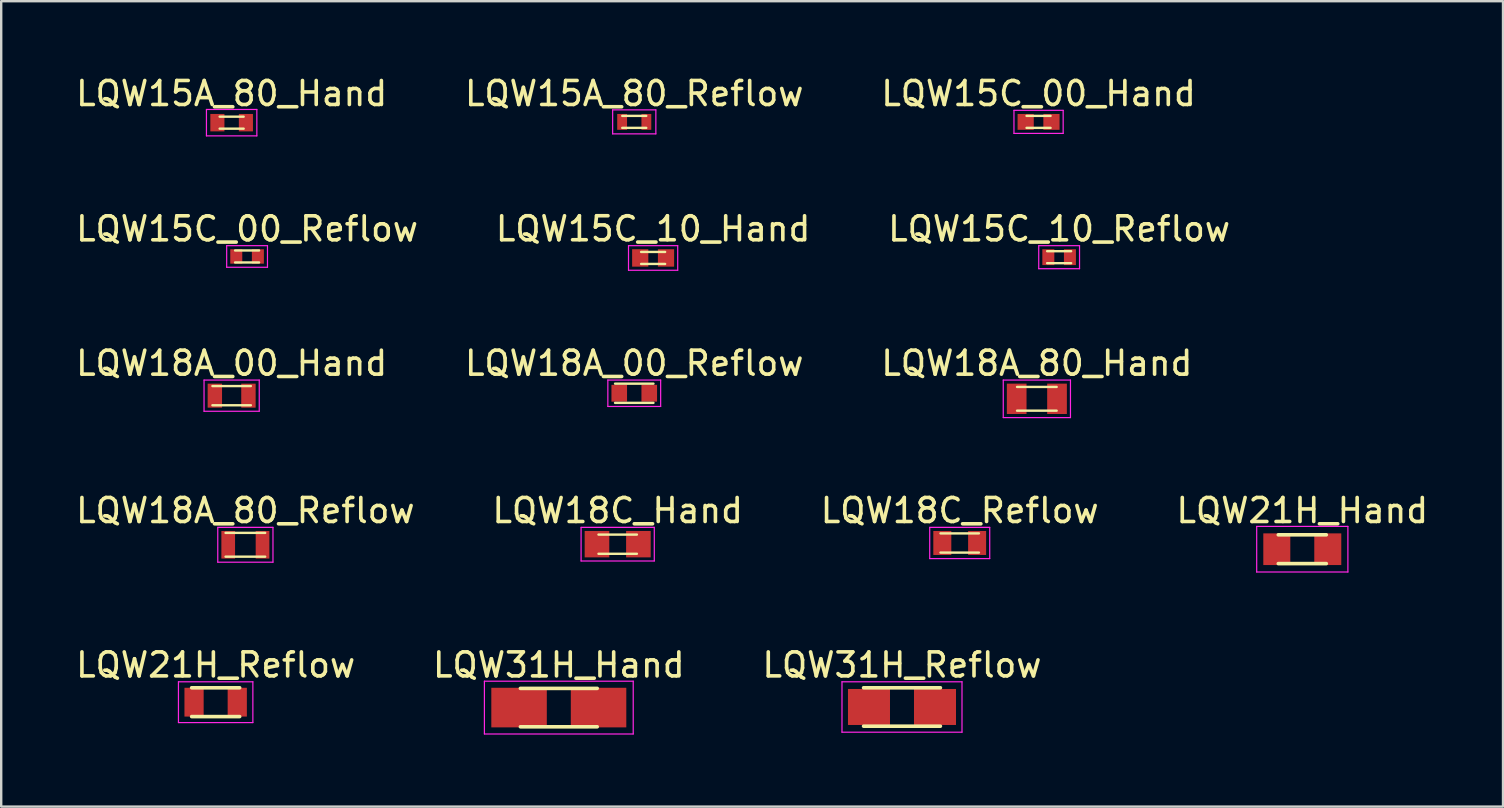
<source format=kicad_pcb>
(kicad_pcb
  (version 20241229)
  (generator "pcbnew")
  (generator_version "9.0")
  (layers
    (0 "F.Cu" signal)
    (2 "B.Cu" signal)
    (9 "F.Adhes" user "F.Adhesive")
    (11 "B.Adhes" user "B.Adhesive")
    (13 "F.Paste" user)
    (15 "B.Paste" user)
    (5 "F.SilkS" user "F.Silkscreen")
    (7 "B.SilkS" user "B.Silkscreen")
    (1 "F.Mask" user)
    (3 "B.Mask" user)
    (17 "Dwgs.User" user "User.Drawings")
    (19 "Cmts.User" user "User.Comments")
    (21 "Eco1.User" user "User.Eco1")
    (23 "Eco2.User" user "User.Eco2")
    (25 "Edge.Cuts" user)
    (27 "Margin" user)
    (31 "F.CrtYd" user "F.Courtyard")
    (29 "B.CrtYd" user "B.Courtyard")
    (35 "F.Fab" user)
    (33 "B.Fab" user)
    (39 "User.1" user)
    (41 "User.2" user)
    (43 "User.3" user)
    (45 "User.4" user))
  (footprint "LQW15C_00_Reflow"
    (layer "F.Cu")
    (at 7.244 7.635)
    (property "Reference" "LQW15C_00_Reflow" (at 0 -1.15 0) (layer "F.SilkS") (effects (font (size 1 1) (thickness 0.15))))
    (attr smd)
    (fp_line (start -0.5 -0.25) (end 0.5 -0.25) (stroke (width 0.1) (type solid)) (layer "F.SilkS"))
    (fp_line (start -0.5 0.25) (end 0.5 0.25) (stroke (width 0.1) (type solid)) (layer "F.SilkS"))
    (fp_line (start -0.85 -0.45) (end -0.85 0.45) (stroke (width 0.05) (type solid)) (layer "F.CrtYd"))
    (fp_line (start -0.85 -0.45) (end 0.85 -0.45) (stroke (width 0.05) (type solid)) (layer "F.CrtYd"))
    (fp_line (start -0.85 0.45) (end 0.85 0.45) (stroke (width 0.05) (type solid)) (layer "F.CrtYd"))
    (fp_line (start 0.85 -0.45) (end 0.85 0.45) (stroke (width 0.05) (type solid)) (layer "F.CrtYd"))
    (pad "1" smd rect (at -0.45 0) (size 0.5 0.6) (layers "F.Cu" "F.Mask" "F.Paste"))
    (pad "2" smd rect (at 0.45 0) (size 0.5 0.6) (layers "F.Cu" "F.Mask" "F.Paste")))
  (footprint "LQW15A_80_Reflow"
    (layer "F.Cu")
    (at 23.375 2.028)
    (property "Reference" "LQW15A_80_Reflow" (at 0 -1.18 0) (layer "F.SilkS") (effects (font (size 1 1) (thickness 0.15))))
    (attr smd)
    (fp_line (start -0.5 -0.25) (end 0.5 -0.25) (stroke (width 0.1) (type solid)) (layer "F.SilkS"))
    (fp_line (start -0.5 0.25) (end 0.5 0.25) (stroke (width 0.1) (type solid)) (layer "F.SilkS"))
    (fp_line (start -0.9 -0.5) (end -0.9 0.5) (stroke (width 0.05) (type solid)) (layer "F.CrtYd"))
    (fp_line (start -0.9 -0.5) (end 0.9 -0.5) (stroke (width 0.05) (type solid)) (layer "F.CrtYd"))
    (fp_line (start -0.9 0.5) (end 0.9 0.5) (stroke (width 0.05) (type solid)) (layer "F.CrtYd"))
    (fp_line (start 0.9 -0.5) (end 0.9 0.5) (stroke (width 0.05) (type solid)) (layer "F.CrtYd"))
    (pad "1" smd rect (at -0.505 0) (size 0.41 0.66) (layers "F.Cu" "F.Mask" "F.Paste"))
    (pad "2" smd rect (at 0.505 0) (size 0.41 0.66) (layers "F.Cu" "F.Mask" "F.Paste")))
  (footprint "LQW15A_80_Hand"
    (layer "F.Cu")
    (at 6.601 2.061)
    (property "Reference" "LQW15A_80_Hand" (at 0 -1.213 0) (layer "F.SilkS") (effects (font (size 1 1) (thickness 0.15))))
    (attr smd)
    (fp_line (start -0.5 -0.25) (end 0.5 -0.25) (stroke (width 0.1) (type solid)) (layer "F.SilkS"))
    (fp_line (start -0.5 0.25) (end 0.5 0.25) (stroke (width 0.1) (type solid)) (layer "F.SilkS"))
    (fp_line (start -1.05 -0.55) (end -1.05 0.55) (stroke (width 0.05) (type solid)) (layer "F.CrtYd"))
    (fp_line (start -1.05 -0.55) (end 1.05 -0.55) (stroke (width 0.05) (type solid)) (layer "F.CrtYd"))
    (fp_line (start -1.05 0.55) (end 1.05 0.55) (stroke (width 0.05) (type solid)) (layer "F.CrtYd"))
    (fp_line (start 1.05 -0.55) (end 1.05 0.55) (stroke (width 0.05) (type solid)) (layer "F.CrtYd"))
    (pad "1" smd rect (at -0.594 0) (size 0.588 0.726) (layers "F.Cu" "F.Mask" "F.Paste"))
    (pad "2" smd rect (at 0.594 0) (size 0.588 0.726) (layers "F.Cu" "F.Mask" "F.Paste")))
  (footprint "LQW21H_Hand"
    (layer "F.Cu")
    (at 51.208 19.832)
    (property "Reference" "LQW21H_Hand" (at 0 -1.61 0) (layer "F.SilkS") (effects (font (size 1 1) (thickness 0.15))))
    (attr smd)
    (fp_line (start -1 -0.6) (end 1 -0.6) (stroke (width 0.15) (type solid)) (layer "F.SilkS"))
    (fp_line (start -1 0.6) (end 1 0.6) (stroke (width 0.15) (type solid)) (layer "F.SilkS"))
    (fp_line (start -1.9 -0.95) (end -1.9 0.95) (stroke (width 0.05) (type solid)) (layer "F.CrtYd"))
    (fp_line (start -1.9 -0.95) (end 1.9 -0.95) (stroke (width 0.05) (type solid)) (layer "F.CrtYd"))
    (fp_line (start -1.9 0.95) (end 1.9 0.95) (stroke (width 0.05) (type solid)) (layer "F.CrtYd"))
    (fp_line (start 1.9 -0.95) (end 1.9 0.95) (stroke (width 0.05) (type solid)) (layer "F.CrtYd"))
    (pad "1" smd rect (at -1.062 0) (size 1.125 1.32) (layers "F.Cu" "F.Mask" "F.Paste"))
    (pad "2" smd rect (at 1.062 0) (size 1.125 1.32) (layers "F.Cu" "F.Mask" "F.Paste")))
  (footprint "LQW18A_80_Reflow"
    (layer "F.Cu")
    (at 7.173 19.647)
    (property "Reference" "LQW18A_80_Reflow" (at 0 -1.425 0) (layer "F.SilkS") (effects (font (size 1 1) (thickness 0.15))))
    (attr smd)
    (fp_line (start -0.825 -0.495) (end 0.825 -0.495) (stroke (width 0.1) (type solid)) (layer "F.SilkS"))
    (fp_line (start -0.825 0.495) (end 0.825 0.495) (stroke (width 0.1) (type solid)) (layer "F.SilkS"))
    (fp_line (start -1.15 -0.725) (end -1.15 0.725) (stroke (width 0.05) (type solid)) (layer "F.CrtYd"))
    (fp_line (start -1.15 -0.725) (end 1.15 -0.725) (stroke (width 0.05) (type solid)) (layer "F.CrtYd"))
    (fp_line (start -1.15 0.725) (end 1.15 0.725) (stroke (width 0.05) (type solid)) (layer "F.CrtYd"))
    (fp_line (start 1.15 -0.725) (end 1.15 0.725) (stroke (width 0.05) (type solid)) (layer "F.CrtYd"))
    (pad "1" smd rect (at -0.715 0) (size 0.57 1.15) (layers "F.Cu" "F.Mask" "F.Paste"))
    (pad "2" smd rect (at 0.715 0) (size 0.57 1.15) (layers "F.Cu" "F.Mask" "F.Paste")))
  (footprint "LQW18A_00_Hand"
    (layer "F.Cu")
    (at 6.601 13.434)
    (property "Reference" "LQW18A_00_Hand" (at 0 -1.35 0) (layer "F.SilkS") (effects (font (size 1 1) (thickness 0.15))))
    (attr smd)
    (fp_line (start -0.8 -0.4) (end 0.8 -0.4) (stroke (width 0.1) (type solid)) (layer "F.SilkS"))
    (fp_line (start -0.8 0.4) (end 0.8 0.4) (stroke (width 0.1) (type solid)) (layer "F.SilkS"))
    (fp_line (start -1.15 -0.65) (end -1.15 0.65) (stroke (width 0.05) (type solid)) (layer "F.CrtYd"))
    (fp_line (start -1.15 -0.65) (end 1.15 -0.65) (stroke (width 0.05) (type solid)) (layer "F.CrtYd"))
    (fp_line (start -1.15 0.65) (end 1.15 0.65) (stroke (width 0.05) (type solid)) (layer "F.CrtYd"))
    (fp_line (start 1.15 -0.65) (end 1.15 0.65) (stroke (width 0.05) (type solid)) (layer "F.CrtYd"))
    (pad "1" smd rect (at -0.7 0) (size 0.6 1) (layers "F.Cu" "F.Mask" "F.Paste"))
    (pad "2" smd rect (at 0.7 0) (size 0.6 1) (layers "F.Cu" "F.Mask" "F.Paste")))
  (footprint "LQW18A_80_Hand"
    (layer "F.Cu")
    (at 40.149 13.566)
    (property "Reference" "LQW18A_80_Hand" (at 0 -1.482 0) (layer "F.SilkS") (effects (font (size 1 1) (thickness 0.15))))
    (attr smd)
    (fp_line (start -0.825 -0.495) (end 0.825 -0.495) (stroke (width 0.1) (type solid)) (layer "F.SilkS"))
    (fp_line (start -0.825 0.495) (end 0.825 0.495) (stroke (width 0.1) (type solid)) (layer "F.SilkS"))
    (fp_line (start -1.4 -0.782) (end -1.4 0.782) (stroke (width 0.05) (type solid)) (layer "F.CrtYd"))
    (fp_line (start -1.4 -0.782) (end 1.4 -0.782) (stroke (width 0.05) (type solid)) (layer "F.CrtYd"))
    (fp_line (start -1.4 0.782) (end 1.4 0.782) (stroke (width 0.05) (type solid)) (layer "F.CrtYd"))
    (fp_line (start 1.4 -0.782) (end 1.4 0.782) (stroke (width 0.05) (type solid)) (layer "F.CrtYd"))
    (pad "1" smd rect (at -0.84 0) (size 0.82 1.265) (layers "F.Cu" "F.Mask" "F.Paste"))
    (pad "2" smd rect (at 0.84 0) (size 0.82 1.265) (layers "F.Cu" "F.Mask" "F.Paste")))
  (footprint "LQW21H_Reflow"
    (layer "F.Cu")
    (at 5.935 26.205)
    (property "Reference" "LQW21H_Reflow" (at 0 -1.55 0) (layer "F.SilkS") (effects (font (size 1 1) (thickness 0.15))))
    (attr smd)
    (fp_line (start -1 -0.6) (end 1 -0.6) (stroke (width 0.15) (type solid)) (layer "F.SilkS"))
    (fp_line (start -1 0.6) (end 1 0.6) (stroke (width 0.15) (type solid)) (layer "F.SilkS"))
    (fp_line (start -1.55 -0.85) (end -1.55 0.85) (stroke (width 0.05) (type solid)) (layer "F.CrtYd"))
    (fp_line (start -1.55 -0.85) (end 1.55 -0.85) (stroke (width 0.05) (type solid)) (layer "F.CrtYd"))
    (fp_line (start -1.55 0.85) (end 1.55 0.85) (stroke (width 0.05) (type solid)) (layer "F.CrtYd"))
    (fp_line (start 1.55 -0.85) (end 1.55 0.85) (stroke (width 0.05) (type solid)) (layer "F.CrtYd"))
    (pad "1" smd rect (at -0.9 0) (size 0.8 1.2) (layers "F.Cu" "F.Mask" "F.Paste"))
    (pad "2" smd rect (at 0.9 0) (size 0.8 1.2) (layers "F.Cu" "F.Mask" "F.Paste")))
  (footprint "LQW15C_10_Reflow"
    (layer "F.Cu")
    (at 41.077 7.665)
    (property "Reference" "LQW15C_10_Reflow" (at 0 -1.18 0) (layer "F.SilkS") (effects (font (size 1 1) (thickness 0.15))))
    (attr smd)
    (fp_line (start -0.5 -0.25) (end 0.5 -0.25) (stroke (width 0.1) (type solid)) (layer "F.SilkS"))
    (fp_line (start -0.5 0.25) (end 0.5 0.25) (stroke (width 0.1) (type solid)) (layer "F.SilkS"))
    (fp_line (start -0.85 -0.48) (end -0.85 0.48) (stroke (width 0.05) (type solid)) (layer "F.CrtYd"))
    (fp_line (start -0.85 -0.48) (end 0.85 -0.48) (stroke (width 0.05) (type solid)) (layer "F.CrtYd"))
    (fp_line (start -0.85 0.48) (end 0.85 0.48) (stroke (width 0.05) (type solid)) (layer "F.CrtYd"))
    (fp_line (start 0.85 -0.48) (end 0.85 0.48) (stroke (width 0.05) (type solid)) (layer "F.CrtYd"))
    (pad "1" smd rect (at -0.45 0) (size 0.5 0.66) (layers "F.Cu" "F.Mask" "F.Paste"))
    (pad "2" smd rect (at 0.45 0) (size 0.5 0.66) (layers "F.Cu" "F.Mask" "F.Paste")))
  (footprint "LQW18A_00_Reflow"
    (layer "F.Cu")
    (at 23.375 13.334)
    (property "Reference" "LQW18A_00_Reflow" (at 0 -1.25 0) (layer "F.SilkS") (effects (font (size 1 1) (thickness 0.15))))
    (attr smd)
    (fp_line (start -0.8 -0.4) (end 0.8 -0.4) (stroke (width 0.1) (type solid)) (layer "F.SilkS"))
    (fp_line (start -0.8 0.4) (end 0.8 0.4) (stroke (width 0.1) (type solid)) (layer "F.SilkS"))
    (fp_line (start -1.1 -0.55) (end -1.1 0.55) (stroke (width 0.05) (type solid)) (layer "F.CrtYd"))
    (fp_line (start -1.1 -0.55) (end 1.1 -0.55) (stroke (width 0.05) (type solid)) (layer "F.CrtYd"))
    (fp_line (start -1.1 0.55) (end 1.1 0.55) (stroke (width 0.05) (type solid)) (layer "F.CrtYd"))
    (fp_line (start 1.1 -0.55) (end 1.1 0.55) (stroke (width 0.05) (type solid)) (layer "F.CrtYd"))
    (pad "1" smd rect (at -0.625 0) (size 0.65 0.7) (layers "F.Cu" "F.Mask" "F.Paste"))
    (pad "2" smd rect (at 0.625 0) (size 0.65 0.7) (layers "F.Cu" "F.Mask" "F.Paste")))
  (footprint "LQW18C_Hand"
    (layer "F.Cu")
    (at 22.685 19.622)
    (property "Reference" "LQW18C_Hand" (at 0 -1.4 0) (layer "F.SilkS") (effects (font (size 1 1) (thickness 0.15))))
    (attr smd)
    (fp_line (start -0.8 -0.4) (end 0.8 -0.4) (stroke (width 0.1) (type solid)) (layer "F.SilkS"))
    (fp_line (start -0.8 0.4) (end 0.8 0.4) (stroke (width 0.1) (type solid)) (layer "F.SilkS"))
    (fp_line (start -1.525 -0.7) (end -1.525 0.7) (stroke (width 0.05) (type solid)) (layer "F.CrtYd"))
    (fp_line (start -1.525 -0.7) (end 1.525 -0.7) (stroke (width 0.05) (type solid)) (layer "F.CrtYd"))
    (fp_line (start -1.525 0.7) (end 1.525 0.7) (stroke (width 0.05) (type solid)) (layer "F.CrtYd"))
    (fp_line (start 1.525 -0.7) (end 1.525 0.7) (stroke (width 0.05) (type solid)) (layer "F.CrtYd"))
    (pad "1" smd rect (at -0.863 0) (size 1.025 1.1) (layers "F.Cu" "F.Mask" "F.Paste"))
    (pad "2" smd rect (at 0.863 0) (size 1.025 1.1) (layers "F.Cu" "F.Mask" "F.Paste")))
  (footprint "LQW15C_00_Hand"
    (layer "F.Cu")
    (at 40.22 2.028)
    (property "Reference" "LQW15C_00_Hand" (at 0 -1.18 0) (layer "F.SilkS") (effects (font (size 1 1) (thickness 0.15))))
    (attr smd)
    (fp_line (start -0.5 -0.25) (end 0.5 -0.25) (stroke (width 0.1) (type solid)) (layer "F.SilkS"))
    (fp_line (start -0.5 0.25) (end 0.5 0.25) (stroke (width 0.1) (type solid)) (layer "F.SilkS"))
    (fp_line (start -1.025 -0.48) (end -1.025 0.48) (stroke (width 0.05) (type solid)) (layer "F.CrtYd"))
    (fp_line (start -1.025 -0.48) (end 1.025 -0.48) (stroke (width 0.05) (type solid)) (layer "F.CrtYd"))
    (fp_line (start -1.025 0.48) (end 1.025 0.48) (stroke (width 0.05) (type solid)) (layer "F.CrtYd"))
    (fp_line (start 1.025 -0.48) (end 1.025 0.48) (stroke (width 0.05) (type solid)) (layer "F.CrtYd"))
    (pad "1" smd rect (at -0.537 0) (size 0.675 0.66) (layers "F.Cu" "F.Mask" "F.Paste"))
    (pad "2" smd rect (at 0.537 0) (size 0.675 0.66) (layers "F.Cu" "F.Mask" "F.Paste")))
  (footprint "LQW31H_Hand"
    (layer "F.Cu")
    (at 20.232 26.43)
    (property "Reference" "LQW31H_Hand" (at 0 -1.775 0) (layer "F.SilkS") (effects (font (size 1 1) (thickness 0.15))))
    (attr smd)
    (fp_line (start -1.6 -0.8) (end 1.6 -0.8) (stroke (width 0.15) (type solid)) (layer "F.SilkS"))
    (fp_line (start -1.6 0.8) (end 1.6 0.8) (stroke (width 0.15) (type solid)) (layer "F.SilkS"))
    (fp_line (start -3.1 -1.1) (end -3.1 1.1) (stroke (width 0.05) (type solid)) (layer "F.CrtYd"))
    (fp_line (start -3.1 -1.1) (end 3.1 -1.1) (stroke (width 0.05) (type solid)) (layer "F.CrtYd"))
    (fp_line (start -3.1 1.1) (end 3.1 1.1) (stroke (width 0.05) (type solid)) (layer "F.CrtYd"))
    (fp_line (start 3.1 -1.1) (end 3.1 1.1) (stroke (width 0.05) (type solid)) (layer "F.CrtYd"))
    (pad "1" smd rect (at -1.656 0) (size 2.312 1.65) (layers "F.Cu" "F.Mask" "F.Paste"))
    (pad "2" smd rect (at 1.656 0) (size 2.312 1.65) (layers "F.Cu" "F.Mask" "F.Paste")))
  (footprint "LQW15C_10_Hand"
    (layer "F.Cu")
    (at 24.161 7.697)
    (property "Reference" "LQW15C_10_Hand" (at 0 -1.213 0) (layer "F.SilkS") (effects (font (size 1 1) (thickness 0.15))))
    (attr smd)
    (fp_line (start -0.5 -0.25) (end 0.5 -0.25) (stroke (width 0.1) (type solid)) (layer "F.SilkS"))
    (fp_line (start -0.5 0.25) (end 0.5 0.25) (stroke (width 0.1) (type solid)) (layer "F.SilkS"))
    (fp_line (start -1.025 -0.513) (end -1.025 0.513) (stroke (width 0.05) (type solid)) (layer "F.CrtYd"))
    (fp_line (start -1.025 -0.513) (end 1.025 -0.513) (stroke (width 0.05) (type solid)) (layer "F.CrtYd"))
    (fp_line (start -1.025 0.513) (end 1.025 0.513) (stroke (width 0.05) (type solid)) (layer "F.CrtYd"))
    (fp_line (start 1.025 -0.513) (end 1.025 0.513) (stroke (width 0.05) (type solid)) (layer "F.CrtYd"))
    (pad "1" smd rect (at -0.537 0) (size 0.675 0.726) (layers "F.Cu" "F.Mask" "F.Paste"))
    (pad "2" smd rect (at 0.537 0) (size 0.675 0.726) (layers "F.Cu" "F.Mask" "F.Paste")))
  (footprint "LQW18C_Reflow"
    (layer "F.Cu")
    (at 36.935 19.572)
    (property "Reference" "LQW18C_Reflow" (at 0 -1.35 0) (layer "F.SilkS") (effects (font (size 1 1) (thickness 0.15))))
    (attr smd)
    (fp_line (start -0.8 -0.4) (end 0.8 -0.4) (stroke (width 0.1) (type solid)) (layer "F.SilkS"))
    (fp_line (start -0.8 0.4) (end 0.8 0.4) (stroke (width 0.1) (type solid)) (layer "F.SilkS"))
    (fp_line (start -1.25 -0.65) (end -1.25 0.65) (stroke (width 0.05) (type solid)) (layer "F.CrtYd"))
    (fp_line (start -1.25 -0.65) (end 1.25 -0.65) (stroke (width 0.05) (type solid)) (layer "F.CrtYd"))
    (fp_line (start -1.25 0.65) (end 1.25 0.65) (stroke (width 0.05) (type solid)) (layer "F.CrtYd"))
    (fp_line (start 1.25 -0.65) (end 1.25 0.65) (stroke (width 0.05) (type solid)) (layer "F.CrtYd"))
    (pad "1" smd rect (at -0.725 0) (size 0.75 1) (layers "F.Cu" "F.Mask" "F.Paste"))
    (pad "2" smd rect (at 0.725 0) (size 0.75 1) (layers "F.Cu" "F.Mask" "F.Paste")))
  (footprint "LQW31H_Reflow"
    (layer "F.Cu")
    (at 34.53 26.405)
    (property "Reference" "LQW31H_Reflow" (at 0 -1.75 0) (layer "F.SilkS") (effects (font (size 1 1) (thickness 0.15))))
    (attr smd)
    (fp_line (start -1.6 -0.8) (end 1.6 -0.8) (stroke (width 0.15) (type solid)) (layer "F.SilkS"))
    (fp_line (start -1.6 0.8) (end 1.6 0.8) (stroke (width 0.15) (type solid)) (layer "F.SilkS"))
    (fp_line (start -2.5 -1.05) (end -2.5 1.05) (stroke (width 0.05) (type solid)) (layer "F.CrtYd"))
    (fp_line (start -2.5 -1.05) (end 2.5 -1.05) (stroke (width 0.05) (type solid)) (layer "F.CrtYd"))
    (fp_line (start -2.5 1.05) (end 2.5 1.05) (stroke (width 0.05) (type solid)) (layer "F.CrtYd"))
    (fp_line (start 2.5 -1.05) (end 2.5 1.05) (stroke (width 0.05) (type solid)) (layer "F.CrtYd"))
    (pad "1" smd rect (at -1.375 0) (size 1.75 1.5) (layers "F.Cu" "F.Mask" "F.Paste"))
    (pad "2" smd rect (at 1.375 0) (size 1.75 1.5) (layers "F.Cu" "F.Mask" "F.Paste")))
  (gr_rect
    (start -3 -3)
    (end 59.571 30.555)
    (stroke (width 0.1) (type default))
    (fill no)
    (layer "Edge.Cuts")))
</source>
